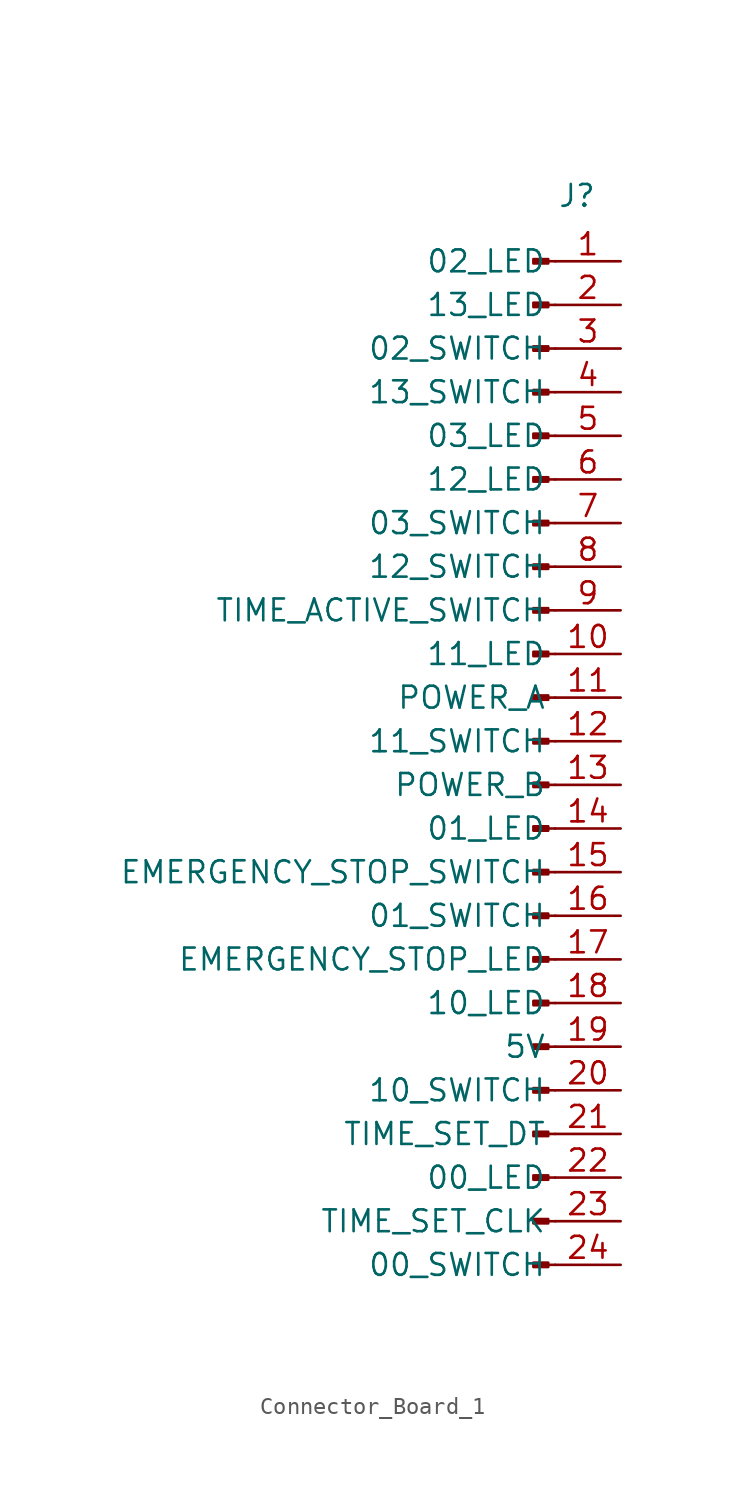
<source format=kicad_sym>
(kicad_symbol_lib
  (version 20220914)
  (generator kicad_symbol_editor)
  (symbol "Connector_Board_1"
    (property "Reference" "J"
      (at 0 0 0)
      (effects (font (size 1.27 1.27))))
    (property "Value" ""
      (at 0 0 0)
      (effects (font (size 1.27 1.27))))
    (symbol "Connector_Board_1_1_1"
      (rectangle (start -1.676 -62.103) (end -2.54 -62.357) (stroke (width 0.152) (type default)) (fill (type outline)))
      (rectangle (start -1.676 -59.563) (end -2.54 -59.817) (stroke (width 0.152) (type default)) (fill (type outline)))
      (rectangle (start -1.676 -57.023) (end -2.54 -57.277) (stroke (width 0.152) (type default)) (fill (type outline)))
      (rectangle (start -1.676 -54.483) (end -2.54 -54.737) (stroke (width 0.152) (type default)) (fill (type outline)))
      (rectangle (start -1.676 -51.943) (end -2.54 -52.197) (stroke (width 0.152) (type default)) (fill (type outline)))
      (rectangle (start -1.676 -49.403) (end -2.54 -49.657) (stroke (width 0.152) (type default)) (fill (type outline)))
      (rectangle (start -1.676 -46.863) (end -2.54 -47.117) (stroke (width 0.152) (type default)) (fill (type outline)))
      (rectangle (start -1.676 -44.323) (end -2.54 -44.577) (stroke (width 0.152) (type default)) (fill (type outline)))
      (rectangle (start -1.676 -41.783) (end -2.54 -42.037) (stroke (width 0.152) (type default)) (fill (type outline)))
      (rectangle (start -1.676 -39.243) (end -2.54 -39.497) (stroke (width 0.152) (type default)) (fill (type outline)))
      (rectangle (start -1.676 -36.703) (end -2.54 -36.957) (stroke (width 0.152) (type default)) (fill (type outline)))
      (rectangle (start -1.676 -34.163) (end -2.54 -34.417) (stroke (width 0.152) (type default)) (fill (type outline)))
      (rectangle (start -1.676 -31.623) (end -2.54 -31.877) (stroke (width 0.152) (type default)) (fill (type outline)))
      (rectangle (start -1.676 -29.083) (end -2.54 -29.337) (stroke (width 0.152) (type default)) (fill (type outline)))
      (rectangle (start -1.676 -26.543) (end -2.54 -26.797) (stroke (width 0.152) (type default)) (fill (type outline)))
      (rectangle (start -1.676 -24.003) (end -2.54 -24.257) (stroke (width 0.152) (type default)) (fill (type outline)))
      (rectangle (start -1.676 -21.463) (end -2.54 -21.717) (stroke (width 0.152) (type default)) (fill (type outline)))
      (rectangle (start -1.676 -18.923) (end -2.54 -19.177) (stroke (width 0.152) (type default)) (fill (type outline)))
      (rectangle (start -1.676 -16.383) (end -2.54 -16.637) (stroke (width 0.152) (type default)) (fill (type outline)))
      (rectangle (start -1.676 -13.843) (end -2.54 -14.097) (stroke (width 0.152) (type default)) (fill (type outline)))
      (rectangle (start -1.676 -11.303) (end -2.54 -11.557) (stroke (width 0.152) (type default)) (fill (type outline)))
      (rectangle (start -1.676 -8.763) (end -2.54 -9.017) (stroke (width 0.152) (type default)) (fill (type outline)))
      (rectangle (start -1.676 -6.223) (end -2.54 -6.477) (stroke (width 0.152) (type default)) (fill (type outline)))
      (rectangle (start -1.676 -3.683) (end -2.54 -3.937) (stroke (width 0.152) (type default)) (fill (type outline)))
      (polyline (pts (xy -1.27 -62.23) (xy -1.676 -62.23)) (stroke (width 0.152) (type default)) (fill (type none)))
      (polyline (pts (xy -1.27 -59.69) (xy -1.676 -59.69)) (stroke (width 0.152) (type default)) (fill (type none)))
      (polyline (pts (xy -1.27 -57.15) (xy -1.676 -57.15)) (stroke (width 0.152) (type default)) (fill (type none)))
      (polyline (pts (xy -1.27 -54.61) (xy -1.676 -54.61)) (stroke (width 0.152) (type default)) (fill (type none)))
      (polyline (pts (xy -1.27 -52.07) (xy -1.676 -52.07)) (stroke (width 0.152) (type default)) (fill (type none)))
      (polyline (pts (xy -1.27 -49.53) (xy -1.676 -49.53)) (stroke (width 0.152) (type default)) (fill (type none)))
      (polyline (pts (xy -1.27 -46.99) (xy -1.676 -46.99)) (stroke (width 0.152) (type default)) (fill (type none)))
      (polyline (pts (xy -1.27 -44.45) (xy -1.676 -44.45)) (stroke (width 0.152) (type default)) (fill (type none)))
      (polyline (pts (xy -1.27 -41.91) (xy -1.676 -41.91)) (stroke (width 0.152) (type default)) (fill (type none)))
      (polyline (pts (xy -1.27 -39.37) (xy -1.676 -39.37)) (stroke (width 0.152) (type default)) (fill (type none)))
      (polyline (pts (xy -1.27 -36.83) (xy -1.676 -36.83)) (stroke (width 0.152) (type default)) (fill (type none)))
      (polyline (pts (xy -1.27 -34.29) (xy -1.676 -34.29)) (stroke (width 0.152) (type default)) (fill (type none)))
      (polyline (pts (xy -1.27 -31.75) (xy -1.676 -31.75)) (stroke (width 0.152) (type default)) (fill (type none)))
      (polyline (pts (xy -1.27 -29.21) (xy -1.676 -29.21)) (stroke (width 0.152) (type default)) (fill (type none)))
      (polyline (pts (xy -1.27 -26.67) (xy -1.676 -26.67)) (stroke (width 0.152) (type default)) (fill (type none)))
      (polyline (pts (xy -1.27 -24.13) (xy -1.676 -24.13)) (stroke (width 0.152) (type default)) (fill (type none)))
      (polyline (pts (xy -1.27 -21.59) (xy -1.676 -21.59)) (stroke (width 0.152) (type default)) (fill (type none)))
      (polyline (pts (xy -1.27 -19.05) (xy -1.676 -19.05)) (stroke (width 0.152) (type default)) (fill (type none)))
      (polyline (pts (xy -1.27 -16.51) (xy -1.676 -16.51)) (stroke (width 0.152) (type default)) (fill (type none)))
      (polyline (pts (xy -1.27 -13.97) (xy -1.676 -13.97)) (stroke (width 0.152) (type default)) (fill (type none)))
      (polyline (pts (xy -1.27 -11.43) (xy -1.676 -11.43)) (stroke (width 0.152) (type default)) (fill (type none)))
      (polyline (pts (xy -1.27 -8.89) (xy -1.676 -8.89)) (stroke (width 0.152) (type default)) (fill (type none)))
      (polyline (pts (xy -1.27 -6.35) (xy -1.676 -6.35)) (stroke (width 0.152) (type default)) (fill (type none)))
      (polyline (pts (xy -1.27 -3.81) (xy -1.676 -3.81)) (stroke (width 0.152) (type default)) (fill (type none)))
      (pin passive line (at 2.54 -3.81 180) (length 3.81) (name "02_LED" (effects (font (size 1.27 1.27)))) (number "1" (effects (font (size 1.27 1.27)))))
      (pin passive line (at 2.54 -26.67 180) (length 3.81) (name "11_LED" (effects (font (size 1.27 1.27)))) (number "10" (effects (font (size 1.27 1.27)))))
      (pin passive line (at 2.54 -29.21 180) (length 3.81) (name "POWER_A" (effects (font (size 1.27 1.27)))) (number "11" (effects (font (size 1.27 1.27)))))
      (pin passive line (at 2.54 -31.75 180) (length 3.81) (name "11_SWITCH" (effects (font (size 1.27 1.27)))) (number "12" (effects (font (size 1.27 1.27)))))
      (pin passive line (at 2.54 -34.29 180) (length 3.81) (name "POWER_B" (effects (font (size 1.27 1.27)))) (number "13" (effects (font (size 1.27 1.27)))))
      (pin passive line (at 2.54 -36.83 180) (length 3.81) (name "01_LED" (effects (font (size 1.27 1.27)))) (number "14" (effects (font (size 1.27 1.27)))))
      (pin passive line (at 2.54 -39.37 180) (length 3.81) (name "EMERGENCY_STOP_SWITCH" (effects (font (size 1.27 1.27)))) (number "15" (effects (font (size 1.27 1.27)))))
      (pin passive line (at 2.54 -41.91 180) (length 3.81) (name "01_SWITCH" (effects (font (size 1.27 1.27)))) (number "16" (effects (font (size 1.27 1.27)))))
      (pin passive line (at 2.54 -44.45 180) (length 3.81) (name "EMERGENCY_STOP_LED" (effects (font (size 1.27 1.27)))) (number "17" (effects (font (size 1.27 1.27)))))
      (pin passive line (at 2.54 -46.99 180) (length 3.81) (name "10_LED" (effects (font (size 1.27 1.27)))) (number "18" (effects (font (size 1.27 1.27)))))
      (pin passive line (at 2.54 -49.53 180) (length 3.81) (name "5V" (effects (font (size 1.27 1.27)))) (number "19" (effects (font (size 1.27 1.27)))))
      (pin passive line (at 2.54 -6.35 180) (length 3.81) (name "13_LED" (effects (font (size 1.27 1.27)))) (number "2" (effects (font (size 1.27 1.27)))))
      (pin passive line (at 2.54 -52.07 180) (length 3.81) (name "10_SWITCH" (effects (font (size 1.27 1.27)))) (number "20" (effects (font (size 1.27 1.27)))))
      (pin passive line (at 2.54 -54.61 180) (length 3.81) (name "TIME_SET_DT" (effects (font (size 1.27 1.27)))) (number "21" (effects (font (size 1.27 1.27)))))
      (pin passive line (at 2.54 -57.15 180) (length 3.81) (name "00_LED" (effects (font (size 1.27 1.27)))) (number "22" (effects (font (size 1.27 1.27)))))
      (pin passive line (at 2.54 -59.69 180) (length 3.81) (name "TIME_SET_CLK" (effects (font (size 1.27 1.27)))) (number "23" (effects (font (size 1.27 1.27)))))
      (pin passive line (at 2.54 -62.23 180) (length 3.81) (name "00_SWITCH" (effects (font (size 1.27 1.27)))) (number "24" (effects (font (size 1.27 1.27)))))
      (pin passive line (at 2.54 -8.89 180) (length 3.81) (name "02_SWITCH" (effects (font (size 1.27 1.27)))) (number "3" (effects (font (size 1.27 1.27)))))
      (pin passive line (at 2.54 -11.43 180) (length 3.81) (name "13_SWITCH" (effects (font (size 1.27 1.27)))) (number "4" (effects (font (size 1.27 1.27)))))
      (pin passive line (at 2.54 -13.97 180) (length 3.81) (name "03_LED" (effects (font (size 1.27 1.27)))) (number "5" (effects (font (size 1.27 1.27)))))
      (pin passive line (at 2.54 -16.51 180) (length 3.81) (name "12_LED" (effects (font (size 1.27 1.27)))) (number "6" (effects (font (size 1.27 1.27)))))
      (pin passive line (at 2.54 -19.05 180) (length 3.81) (name "03_SWITCH" (effects (font (size 1.27 1.27)))) (number "7" (effects (font (size 1.27 1.27)))))
      (pin passive line (at 2.54 -21.59 180) (length 3.81) (name "12_SWITCH" (effects (font (size 1.27 1.27)))) (number "8" (effects (font (size 1.27 1.27)))))
      (pin passive line (at 2.54 -24.13 180) (length 3.81) (name "TIME_ACTIVE_SWITCH" (effects (font (size 1.27 1.27)))) (number "9" (effects (font (size 1.27 1.27))))))))
</source>
